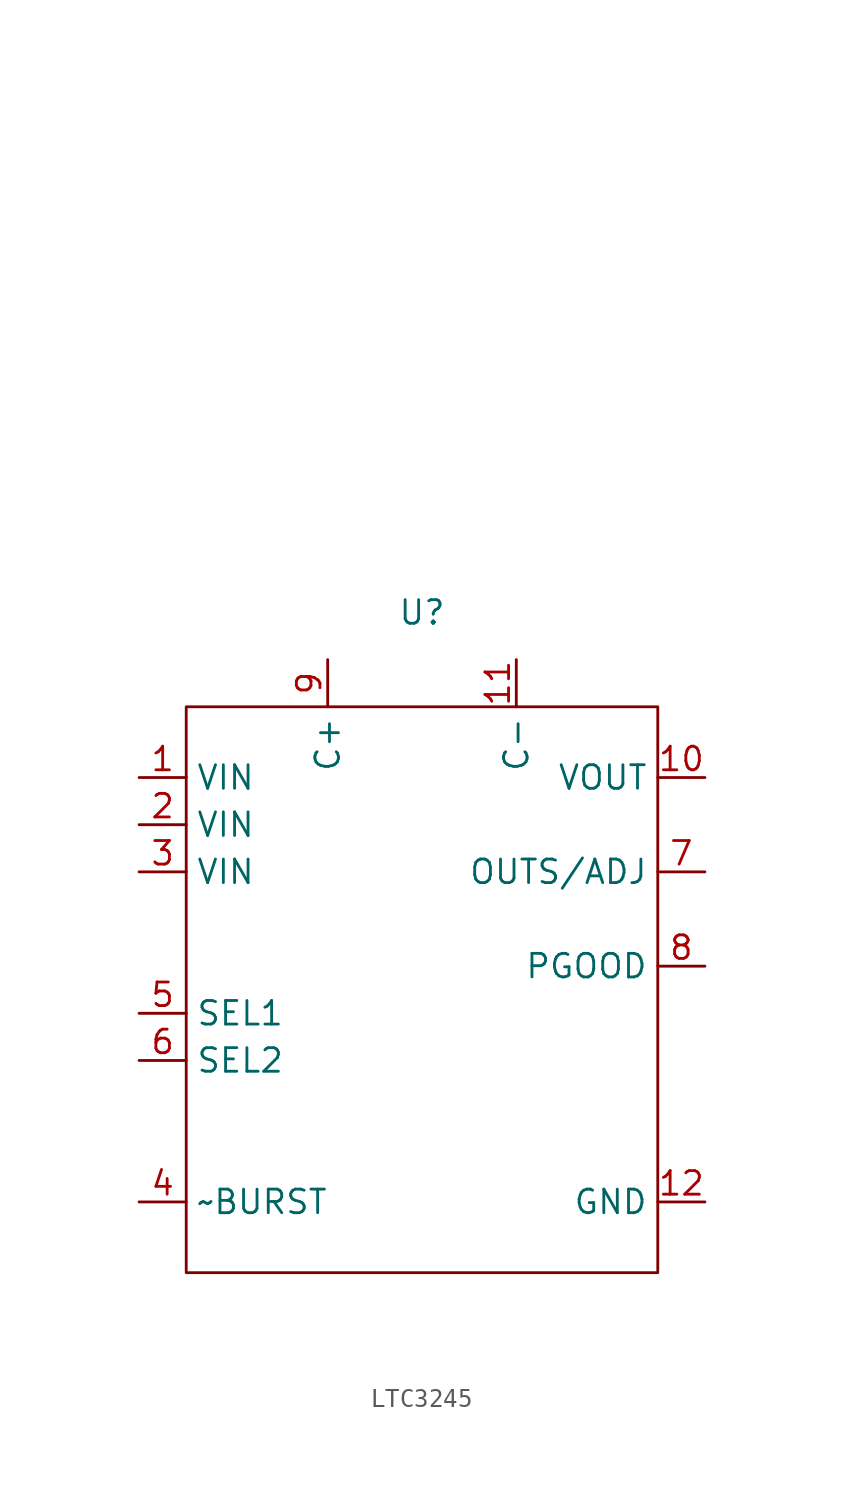
<source format=kicad_sym>
(kicad_symbol_lib
  (version 20220914)
  (generator kicad_symbol_editor)
  (symbol "LTC3245"
    (property "Reference" "U"
      (at 0 5.08 0)
      (effects (font (size 1.27 1.27))))
    (property "Value" ""
      (at 0 5.08 0)
      (effects (font (size 1.27 1.27))))
    (symbol "LTC3245_0_0"
      (text "" (at 6.35 27.94 0) (effects (font (size 1.27 1.27)))))
    (symbol "LTC3245_0_1"
      (rectangle (start -12.7 0) (end 12.7 -30.48) (stroke (width 0) (type default)) (fill (type none))))
    (symbol "LTC3245_1_1"
      (pin power_in line (at -15.24 -3.81 0) (length 2.54) (name "VIN" (effects (font (size 1.27 1.27)))) (number "1" (effects (font (size 1.27 1.27)))))
      (pin power_out line (at 15.24 -3.81 180) (length 2.54) (name "VOUT" (effects (font (size 1.27 1.27)))) (number "10" (effects (font (size 1.27 1.27)))))
      (pin bidirectional line (at 5.08 2.54 270) (length 2.54) (name "C-" (effects (font (size 1.27 1.27)))) (number "11" (effects (font (size 1.27 1.27)))))
      (pin power_in line (at 15.24 -26.67 180) (length 2.54) (name "GND" (effects (font (size 1.27 1.27)))) (number "12" (effects (font (size 1.27 1.27)))))
      (pin power_in line (at -15.24 -6.35 0) (length 2.54) (name "VIN" (effects (font (size 1.27 1.27)))) (number "2" (effects (font (size 1.27 1.27)))))
      (pin power_in line (at -15.24 -8.89 0) (length 2.54) (name "VIN" (effects (font (size 1.27 1.27)))) (number "3" (effects (font (size 1.27 1.27)))))
      (pin input line (at -15.24 -26.67 0) (length 2.54) (name "~BURST" (effects (font (size 1.27 1.27)))) (number "4" (effects (font (size 1.27 1.27)))))
      (pin input line (at -15.24 -16.51 0) (length 2.54) (name "SEL1" (effects (font (size 1.27 1.27)))) (number "5" (effects (font (size 1.27 1.27)))))
      (pin input line (at -15.24 -19.05 0) (length 2.54) (name "SEL2" (effects (font (size 1.27 1.27)))) (number "6" (effects (font (size 1.27 1.27)))))
      (pin input line (at 15.24 -8.89 180) (length 2.54) (name "OUTS/ADJ" (effects (font (size 1.27 1.27)))) (number "7" (effects (font (size 1.27 1.27)))))
      (pin input line (at 15.24 -13.97 180) (length 2.54) (name "PGOOD" (effects (font (size 1.27 1.27)))) (number "8" (effects (font (size 1.27 1.27)))))
      (pin bidirectional line (at -5.08 2.54 270) (length 2.54) (name "C+" (effects (font (size 1.27 1.27)))) (number "9" (effects (font (size 1.27 1.27))))))))
</source>
